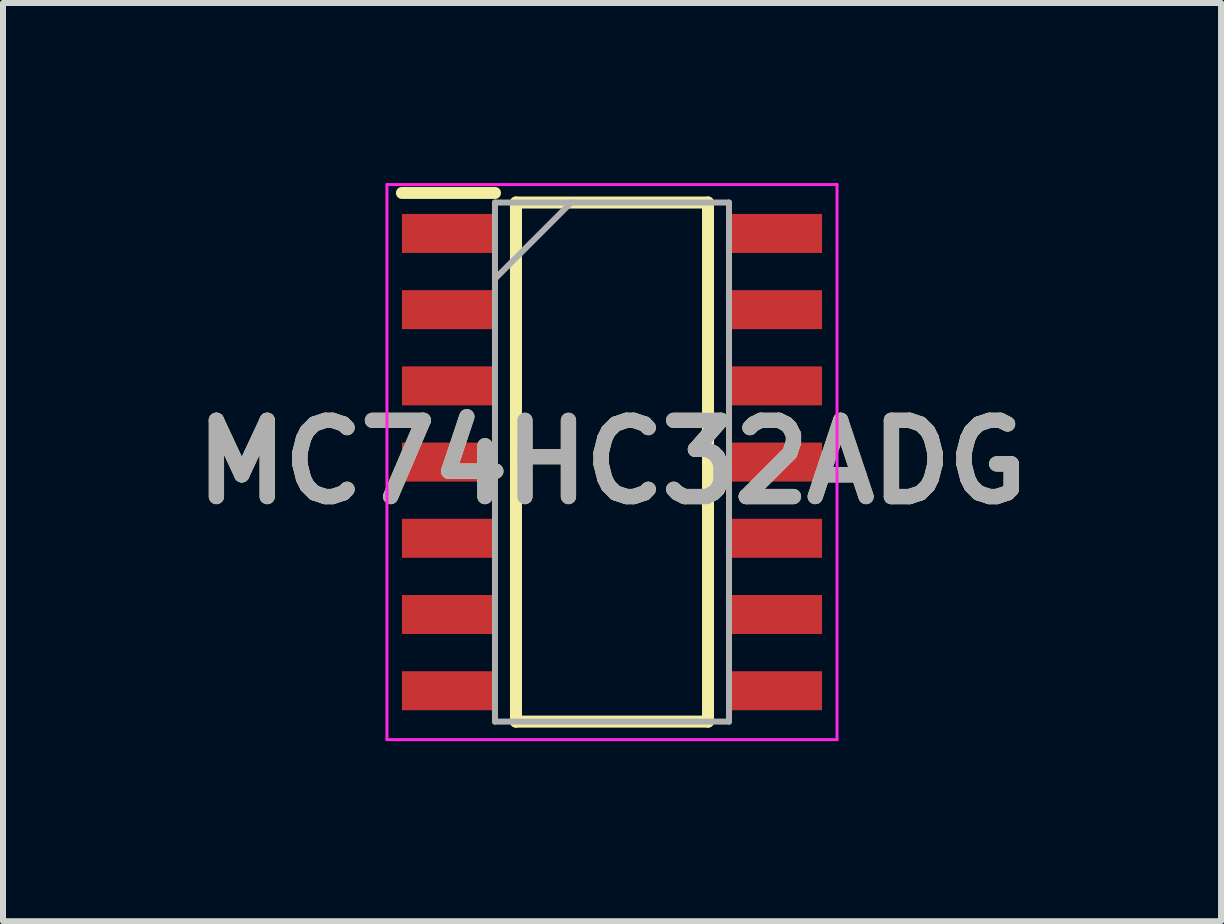
<source format=kicad_pcb>
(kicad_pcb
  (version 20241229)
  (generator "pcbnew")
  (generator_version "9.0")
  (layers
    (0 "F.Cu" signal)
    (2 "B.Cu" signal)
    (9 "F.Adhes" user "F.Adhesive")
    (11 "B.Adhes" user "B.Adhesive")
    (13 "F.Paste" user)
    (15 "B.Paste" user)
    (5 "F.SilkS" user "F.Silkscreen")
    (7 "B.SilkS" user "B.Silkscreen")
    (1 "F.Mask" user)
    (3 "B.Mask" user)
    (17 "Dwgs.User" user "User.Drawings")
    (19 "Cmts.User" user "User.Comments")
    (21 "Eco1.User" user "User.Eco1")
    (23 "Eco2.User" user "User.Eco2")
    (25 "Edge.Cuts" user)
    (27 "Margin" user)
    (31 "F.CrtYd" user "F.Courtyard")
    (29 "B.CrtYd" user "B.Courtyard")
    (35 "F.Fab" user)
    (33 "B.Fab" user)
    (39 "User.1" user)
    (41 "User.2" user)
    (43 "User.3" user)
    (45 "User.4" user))
  (footprint "MC74HC32ADG"
    (layer "F.Cu")
    (at 7.148 4.65)
    (property "Reference" "MC74HC32ADG" (at 0 0 0) (layer "F.SilkS") (effects (font (size 1.27 1.27) (thickness 0.254))))
    (attr smd)
    (fp_line (start -3.5 -4.485) (end -1.95 -4.485) (stroke (width 0.2) (type solid)) (layer "F.SilkS"))
    (fp_line (start -1.6 -4.325) (end 1.6 -4.325) (stroke (width 0.2) (type solid)) (layer "F.SilkS"))
    (fp_line (start -1.6 4.325) (end -1.6 -4.325) (stroke (width 0.2) (type solid)) (layer "F.SilkS"))
    (fp_line (start 1.6 -4.325) (end 1.6 4.325) (stroke (width 0.2) (type solid)) (layer "F.SilkS"))
    (fp_line (start 1.6 4.325) (end -1.6 4.325) (stroke (width 0.2) (type solid)) (layer "F.SilkS"))
    (fp_line (start -3.75 -4.625) (end 3.75 -4.625) (stroke (width 0.05) (type solid)) (layer "F.CrtYd"))
    (fp_line (start -3.75 4.625) (end -3.75 -4.625) (stroke (width 0.05) (type solid)) (layer "F.CrtYd"))
    (fp_line (start 3.75 -4.625) (end 3.75 4.625) (stroke (width 0.05) (type solid)) (layer "F.CrtYd"))
    (fp_line (start 3.75 4.625) (end -3.75 4.625) (stroke (width 0.05) (type solid)) (layer "F.CrtYd"))
    (fp_line (start -1.95 -4.325) (end 1.95 -4.325) (stroke (width 0.1) (type solid)) (layer "F.Fab"))
    (fp_line (start -1.95 -3.055) (end -0.68 -4.325) (stroke (width 0.1) (type solid)) (layer "F.Fab"))
    (fp_line (start -1.95 4.325) (end -1.95 -4.325) (stroke (width 0.1) (type solid)) (layer "F.Fab"))
    (fp_line (start 1.95 -4.325) (end 1.95 4.325) (stroke (width 0.1) (type solid)) (layer "F.Fab"))
    (fp_line (start 1.95 4.325) (end -1.95 4.325) (stroke (width 0.1) (type solid)) (layer "F.Fab"))
    (fp_text user "${REFERENCE}" (at 0 0 0) (layer "F.Fab") (effects (font (size 1.27 1.27) (thickness 0.254))))
    (pad "1" smd rect (at -2.725 -3.81 90) (size 0.65 1.55) (layers "F.Cu" "F.Mask" "F.Paste"))
    (pad "2" smd rect (at -2.725 -2.54 90) (size 0.65 1.55) (layers "F.Cu" "F.Mask" "F.Paste"))
    (pad "3" smd rect (at -2.725 -1.27 90) (size 0.65 1.55) (layers "F.Cu" "F.Mask" "F.Paste"))
    (pad "4" smd rect (at -2.725 0 90) (size 0.65 1.55) (layers "F.Cu" "F.Mask" "F.Paste"))
    (pad "5" smd rect (at -2.725 1.27 90) (size 0.65 1.55) (layers "F.Cu" "F.Mask" "F.Paste"))
    (pad "6" smd rect (at -2.725 2.54 90) (size 0.65 1.55) (layers "F.Cu" "F.Mask" "F.Paste"))
    (pad "7" smd rect (at -2.725 3.81 90) (size 0.65 1.55) (layers "F.Cu" "F.Mask" "F.Paste"))
    (pad "8" smd rect (at 2.725 3.81 90) (size 0.65 1.55) (layers "F.Cu" "F.Mask" "F.Paste"))
    (pad "9" smd rect (at 2.725 2.54 90) (size 0.65 1.55) (layers "F.Cu" "F.Mask" "F.Paste"))
    (pad "10" smd rect (at 2.725 1.27 90) (size 0.65 1.55) (layers "F.Cu" "F.Mask" "F.Paste"))
    (pad "11" smd rect (at 2.725 0 90) (size 0.65 1.55) (layers "F.Cu" "F.Mask" "F.Paste"))
    (pad "12" smd rect (at 2.725 -1.27 90) (size 0.65 1.55) (layers "F.Cu" "F.Mask" "F.Paste"))
    (pad "13" smd rect (at 2.725 -2.54 90) (size 0.65 1.55) (layers "F.Cu" "F.Mask" "F.Paste"))
    (pad "14" smd rect (at 2.725 -3.81 90) (size 0.65 1.55) (layers "F.Cu" "F.Mask" "F.Paste")))
  (gr_rect
    (start -3 -3)
    (end 17.297 12.3)
    (stroke (width 0.1) (type default))
    (fill no)
    (layer "Edge.Cuts")))
</source>
